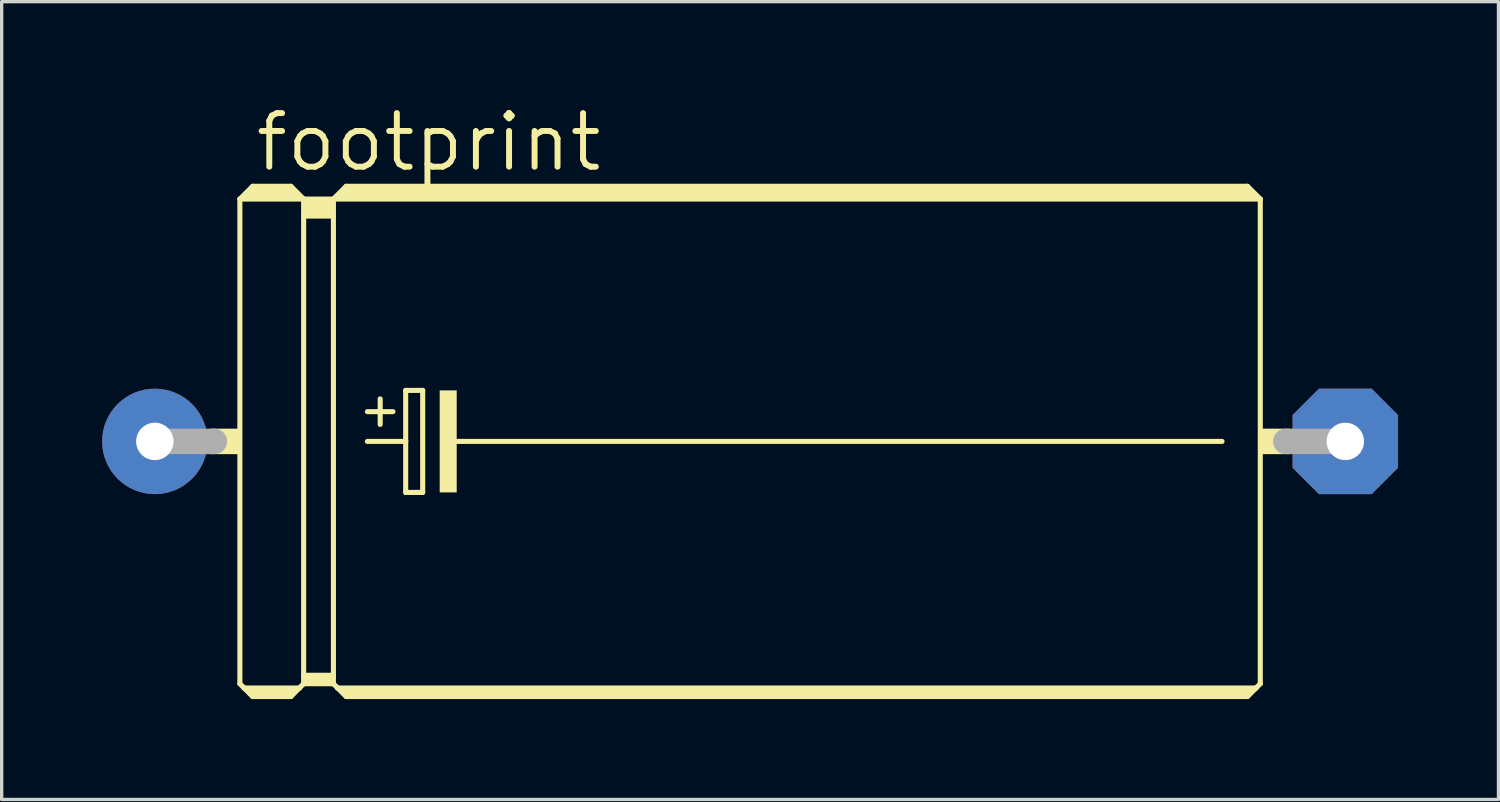
<source format=kicad_pcb>
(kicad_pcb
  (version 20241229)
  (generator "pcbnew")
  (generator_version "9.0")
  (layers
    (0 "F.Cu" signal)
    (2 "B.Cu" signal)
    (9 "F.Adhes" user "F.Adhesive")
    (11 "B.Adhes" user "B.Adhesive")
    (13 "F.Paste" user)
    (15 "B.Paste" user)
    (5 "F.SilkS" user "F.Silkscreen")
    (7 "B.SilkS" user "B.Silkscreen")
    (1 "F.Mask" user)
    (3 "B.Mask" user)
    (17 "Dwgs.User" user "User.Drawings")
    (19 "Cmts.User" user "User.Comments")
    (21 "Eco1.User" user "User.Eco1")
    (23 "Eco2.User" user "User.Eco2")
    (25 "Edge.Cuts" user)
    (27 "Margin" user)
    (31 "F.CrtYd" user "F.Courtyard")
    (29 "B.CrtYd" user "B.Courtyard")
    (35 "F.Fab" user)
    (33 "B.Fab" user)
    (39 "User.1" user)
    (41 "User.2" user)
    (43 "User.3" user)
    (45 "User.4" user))
  (footprint "footprint"
    (layer "F.Cu")
    (at 19.355 10.135)
    (property "Reference" "footprint" (at -14.859 -8.001 0) (layer "F.SilkS") (effects (font (size 1.6 1.6) (thickness 0.178)) (justify left bottom)))
    (fp_line (start -15.24 -7.239) (end -15.24 7.239) (stroke (width 0.152) (type solid)) (layer "F.SilkS"))
    (fp_line (start -15.24 -7.239) (end -14.859 -7.62) (stroke (width 0.152) (type solid)) (layer "F.SilkS"))
    (fp_line (start -15.24 -7.239) (end -13.335 -7.239) (stroke (width 0.152) (type solid)) (layer "F.SilkS"))
    (fp_line (start -15.24 7.239) (end -15.113 7.366) (stroke (width 0.152) (type solid)) (layer "F.SilkS"))
    (fp_line (start -15.113 7.366) (end -14.859 7.62) (stroke (width 0.152) (type solid)) (layer "F.SilkS"))
    (fp_line (start -15.113 7.366) (end -13.462 7.366) (stroke (width 0.152) (type solid)) (layer "F.SilkS"))
    (fp_line (start -14.986 -7.366) (end -13.589 -7.366) (stroke (width 0.305) (type solid)) (layer "F.SilkS"))
    (fp_line (start -14.859 -7.62) (end -13.716 -7.62) (stroke (width 0.152) (type solid)) (layer "F.SilkS"))
    (fp_line (start -14.859 -7.493) (end -13.716 -7.493) (stroke (width 0.305) (type solid)) (layer "F.SilkS"))
    (fp_line (start -14.859 7.493) (end -13.716 7.493) (stroke (width 0.305) (type solid)) (layer "F.SilkS"))
    (fp_line (start -14.859 7.62) (end -13.716 7.62) (stroke (width 0.152) (type solid)) (layer "F.SilkS"))
    (fp_line (start -13.462 7.366) (end -13.716 7.62) (stroke (width 0.152) (type solid)) (layer "F.SilkS"))
    (fp_line (start -13.335 -7.239) (end -13.716 -7.62) (stroke (width 0.152) (type solid)) (layer "F.SilkS"))
    (fp_line (start -13.335 -7.239) (end -13.335 -6.731) (stroke (width 0.152) (type solid)) (layer "F.SilkS"))
    (fp_line (start -13.335 -7.239) (end -12.446 -7.239) (stroke (width 0.152) (type solid)) (layer "F.SilkS"))
    (fp_line (start -13.335 -6.731) (end -13.335 6.985) (stroke (width 0.152) (type solid)) (layer "F.SilkS"))
    (fp_line (start -13.335 -6.731) (end -12.446 -6.731) (stroke (width 0.152) (type solid)) (layer "F.SilkS"))
    (fp_line (start -13.335 6.985) (end -13.335 7.239) (stroke (width 0.152) (type solid)) (layer "F.SilkS"))
    (fp_line (start -13.335 6.985) (end -12.446 6.985) (stroke (width 0.152) (type solid)) (layer "F.SilkS"))
    (fp_line (start -13.335 7.239) (end -13.462 7.366) (stroke (width 0.152) (type solid)) (layer "F.SilkS"))
    (fp_line (start -13.335 7.239) (end -12.446 7.239) (stroke (width 0.152) (type solid)) (layer "F.SilkS"))
    (fp_line (start -13.208 -7.112) (end -12.573 -7.112) (stroke (width 0.305) (type solid)) (layer "F.SilkS"))
    (fp_line (start -13.208 -6.858) (end -12.573 -6.858) (stroke (width 0.305) (type solid)) (layer "F.SilkS"))
    (fp_line (start -13.208 7.112) (end -12.573 7.112) (stroke (width 0.305) (type solid)) (layer "F.SilkS"))
    (fp_line (start -12.446 -7.239) (end -12.446 -6.731) (stroke (width 0.152) (type solid)) (layer "F.SilkS"))
    (fp_line (start -12.446 -7.239) (end -12.065 -7.62) (stroke (width 0.152) (type solid)) (layer "F.SilkS"))
    (fp_line (start -12.446 -7.239) (end 15.24 -7.239) (stroke (width 0.152) (type solid)) (layer "F.SilkS"))
    (fp_line (start -12.446 -6.731) (end -12.446 6.985) (stroke (width 0.152) (type solid)) (layer "F.SilkS"))
    (fp_line (start -12.446 6.985) (end -12.446 7.239) (stroke (width 0.152) (type solid)) (layer "F.SilkS"))
    (fp_line (start -12.319 7.366) (end -12.446 7.239) (stroke (width 0.152) (type solid)) (layer "F.SilkS"))
    (fp_line (start -12.319 7.366) (end 15.113 7.366) (stroke (width 0.152) (type solid)) (layer "F.SilkS"))
    (fp_line (start -12.192 -7.366) (end 14.986 -7.366) (stroke (width 0.305) (type solid)) (layer "F.SilkS"))
    (fp_line (start -12.065 -7.493) (end 14.859 -7.493) (stroke (width 0.305) (type solid)) (layer "F.SilkS"))
    (fp_line (start -12.065 7.493) (end 14.859 7.493) (stroke (width 0.305) (type solid)) (layer "F.SilkS"))
    (fp_line (start -12.065 7.62) (end -12.319 7.366) (stroke (width 0.152) (type solid)) (layer "F.SilkS"))
    (fp_line (start -11.43 -0.889) (end -10.668 -0.889) (stroke (width 0.152) (type solid)) (layer "F.SilkS"))
    (fp_line (start -11.43 0) (end -10.287 0) (stroke (width 0.152) (type solid)) (layer "F.SilkS"))
    (fp_line (start -11.049 -1.27) (end -11.049 -0.508) (stroke (width 0.152) (type solid)) (layer "F.SilkS"))
    (fp_line (start -10.287 -1.524) (end -10.287 0) (stroke (width 0.152) (type solid)) (layer "F.SilkS"))
    (fp_line (start -10.287 0) (end -10.287 1.524) (stroke (width 0.152) (type solid)) (layer "F.SilkS"))
    (fp_line (start -10.287 1.524) (end -9.779 1.524) (stroke (width 0.152) (type solid)) (layer "F.SilkS"))
    (fp_line (start -9.779 -1.524) (end -10.287 -1.524) (stroke (width 0.152) (type solid)) (layer "F.SilkS"))
    (fp_line (start -9.779 1.524) (end -9.779 -1.524) (stroke (width 0.152) (type solid)) (layer "F.SilkS"))
    (fp_line (start -8.89 0) (end 14.097 0) (stroke (width 0.152) (type solid)) (layer "F.SilkS"))
    (fp_line (start 14.859 -7.62) (end -12.065 -7.62) (stroke (width 0.152) (type solid)) (layer "F.SilkS"))
    (fp_line (start 14.859 7.62) (end -12.065 7.62) (stroke (width 0.152) (type solid)) (layer "F.SilkS"))
    (fp_line (start 15.113 7.366) (end 14.859 7.62) (stroke (width 0.152) (type solid)) (layer "F.SilkS"))
    (fp_line (start 15.24 -7.239) (end 14.859 -7.62) (stroke (width 0.152) (type solid)) (layer "F.SilkS"))
    (fp_line (start 15.24 -7.239) (end 15.24 7.239) (stroke (width 0.152) (type solid)) (layer "F.SilkS"))
    (fp_line (start 15.24 7.239) (end 15.113 7.366) (stroke (width 0.152) (type solid)) (layer "F.SilkS"))
    (fp_poly (pts (xy -16.129 0.381) (xy -15.24 0.381) (xy -15.24 -0.381) (xy -16.129 -0.381)) (stroke (width 0) (type solid)) (fill yes) (layer "F.SilkS"))
    (fp_poly (pts (xy -9.271 1.524) (xy -8.763 1.524) (xy -8.763 -1.524) (xy -9.271 -1.524)) (stroke (width 0) (type solid)) (fill yes) (layer "F.SilkS"))
    (fp_poly (pts (xy 15.24 0.381) (xy 16.129 0.381) (xy 16.129 -0.381) (xy 15.24 -0.381)) (stroke (width 0) (type solid)) (fill yes) (layer "F.SilkS"))
    (fp_line (start -17.78 0) (end -16.002 0) (stroke (width 0.762) (type solid)) (layer "F.Fab"))
    (fp_line (start 17.78 0) (end 16.002 0) (stroke (width 0.762) (type solid)) (layer "F.Fab"))
    (pad "+" thru_hole circle (at -17.78 0) (size 3.15 3.15) (drill 1.118) (layers "*.Cu" "*.Mask"))
    (pad "-" thru_hole roundrect (at 17.78 0) (size 3.15 3.15) (drill 1.118) (layers "*.Cu" "*.Mask") (roundrect_rratio 0.25) (chamfer_ratio 0.25) (chamfer top_left top_right bottom_left bottom_right)))
  (gr_rect
    (start -3 -3)
    (end 41.71 20.831)
    (stroke (width 0.1) (type default))
    (fill no)
    (layer "Edge.Cuts")))
</source>
